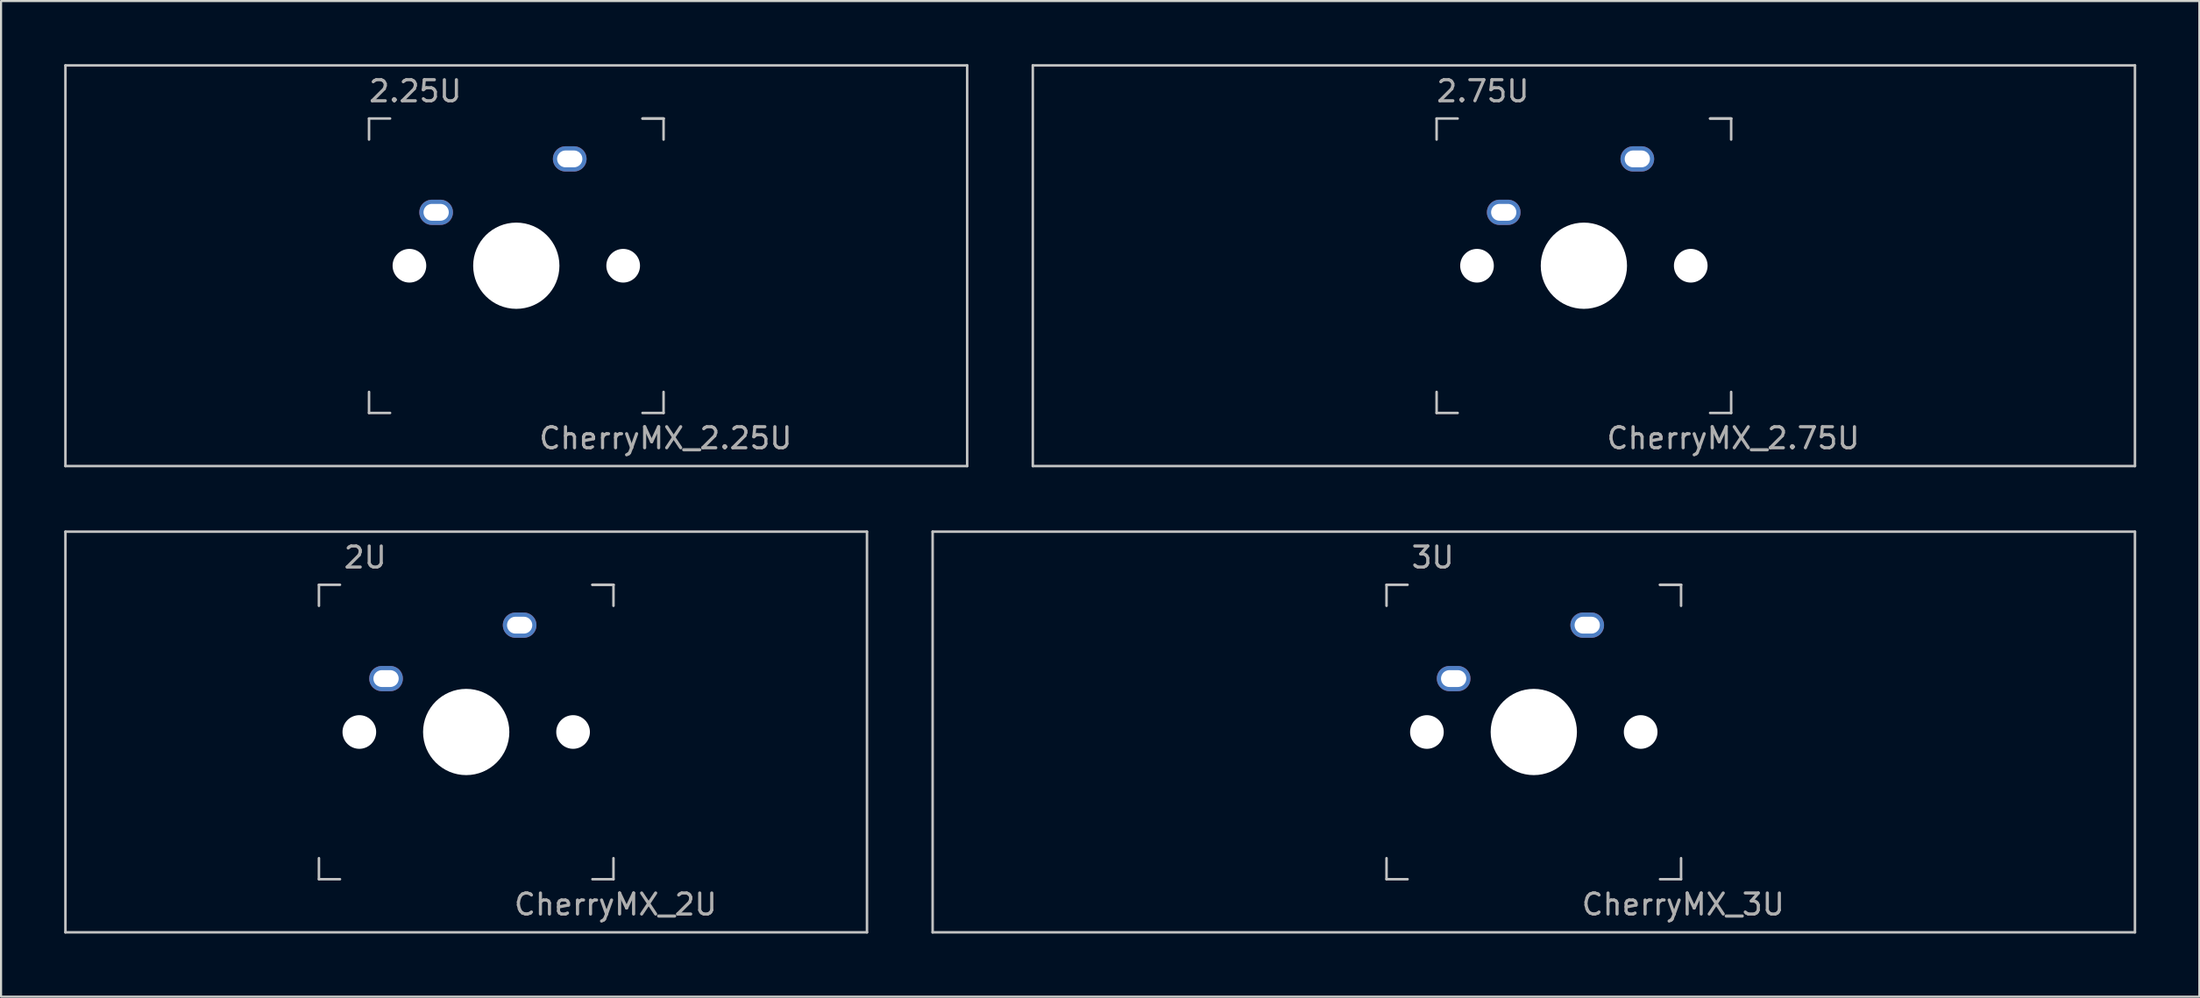
<source format=kicad_pcb>
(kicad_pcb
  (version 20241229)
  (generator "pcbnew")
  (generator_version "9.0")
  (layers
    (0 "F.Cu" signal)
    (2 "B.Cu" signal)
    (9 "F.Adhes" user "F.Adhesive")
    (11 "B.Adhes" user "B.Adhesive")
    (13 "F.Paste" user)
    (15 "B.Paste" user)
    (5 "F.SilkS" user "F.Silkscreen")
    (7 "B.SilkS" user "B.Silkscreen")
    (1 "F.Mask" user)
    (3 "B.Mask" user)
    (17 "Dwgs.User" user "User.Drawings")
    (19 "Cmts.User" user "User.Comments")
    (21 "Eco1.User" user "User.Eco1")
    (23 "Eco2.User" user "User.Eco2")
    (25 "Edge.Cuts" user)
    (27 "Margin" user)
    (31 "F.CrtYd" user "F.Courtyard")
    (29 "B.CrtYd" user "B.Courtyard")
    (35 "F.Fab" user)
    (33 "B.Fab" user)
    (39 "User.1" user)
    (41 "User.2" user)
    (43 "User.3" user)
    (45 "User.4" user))
  (footprint "CherryMX_2.75U"
    (layer "F.Cu")
    (at 72.236 9.585)
    (property "Reference" "CherryMX_2.75U" (at 7.1 8.2 0) (layer "F.Fab") (effects (font (size 1 1) (thickness 0.15))))
    (attr through_hole)
    (fp_line (start -26.194 -9.525) (end 26.194 -9.525) (stroke (width 0.12) (type solid)) (layer "Dwgs.User"))
    (fp_line (start -26.194 9.525) (end -26.194 -9.525) (stroke (width 0.12) (type solid)) (layer "Dwgs.User"))
    (fp_line (start -7 -7) (end -7 -6) (stroke (width 0.12) (type solid)) (layer "Dwgs.User"))
    (fp_line (start -7 -7) (end -6 -7) (stroke (width 0.12) (type solid)) (layer "Dwgs.User"))
    (fp_line (start -7 7) (end -7 6) (stroke (width 0.12) (type solid)) (layer "Dwgs.User"))
    (fp_line (start -7 7) (end -6 7) (stroke (width 0.12) (type solid)) (layer "Dwgs.User"))
    (fp_line (start 6 -7) (end 7 -7) (stroke (width 0.12) (type solid)) (layer "Dwgs.User"))
    (fp_line (start 7 -7) (end 6 -7) (stroke (width 0.12) (type solid)) (layer "Dwgs.User"))
    (fp_line (start 7 -7) (end 7 -6) (stroke (width 0.12) (type solid)) (layer "Dwgs.User"))
    (fp_line (start 7 7) (end 6 7) (stroke (width 0.12) (type solid)) (layer "Dwgs.User"))
    (fp_line (start 7 7) (end 7 6) (stroke (width 0.12) (type solid)) (layer "Dwgs.User"))
    (fp_line (start 26.194 -9.525) (end 26.194 9.525) (stroke (width 0.12) (type solid)) (layer "Dwgs.User"))
    (fp_line (start 26.194 9.525) (end -26.194 9.525) (stroke (width 0.12) (type solid)) (layer "Dwgs.User"))
    (fp_text user "2.75U" (at -4.8 -8.3 0) (layer "F.Fab") (effects (font (size 1 1) (thickness 0.15))))
    (pad "" np_thru_hole circle (at -5.08 0) (size 1.6 1.6) (drill 1.6) (layers "*.Cu" "*.Mask"))
    (pad "" np_thru_hole circle (at 0 0) (size 4.1 4.1) (drill 4.1) (layers "*.Cu" "*.Mask"))
    (pad "" np_thru_hole circle (at 5.08 0) (size 1.6 1.6) (drill 1.6) (layers "*.Cu" "*.Mask"))
    (pad "1" thru_hole oval (at -3.81 -2.54) (size 1.6 1.2) (drill oval 1.2 0.8) (layers "*.Cu" "*.Mask"))
    (pad "2" thru_hole oval (at 2.54 -5.08) (size 1.6 1.2) (drill oval 1.2 0.8) (layers "*.Cu" "*.Mask")))
  (footprint "CherryMX_2.25U"
    (layer "F.Cu")
    (at 21.491 9.585)
    (property "Reference" "CherryMX_2.25U" (at 7.1 8.2 0) (layer "F.Fab") (effects (font (size 1 1) (thickness 0.15))))
    (attr through_hole)
    (fp_line (start -21.431 -9.525) (end 21.431 -9.525) (stroke (width 0.12) (type solid)) (layer "Dwgs.User"))
    (fp_line (start -21.431 9.525) (end -21.431 -9.525) (stroke (width 0.12) (type solid)) (layer "Dwgs.User"))
    (fp_line (start -7 -7) (end -7 -6) (stroke (width 0.12) (type solid)) (layer "Dwgs.User"))
    (fp_line (start -7 -7) (end -6 -7) (stroke (width 0.12) (type solid)) (layer "Dwgs.User"))
    (fp_line (start -7 7) (end -7 6) (stroke (width 0.12) (type solid)) (layer "Dwgs.User"))
    (fp_line (start -7 7) (end -6 7) (stroke (width 0.12) (type solid)) (layer "Dwgs.User"))
    (fp_line (start 6 -7) (end 7 -7) (stroke (width 0.12) (type solid)) (layer "Dwgs.User"))
    (fp_line (start 7 -7) (end 6 -7) (stroke (width 0.12) (type solid)) (layer "Dwgs.User"))
    (fp_line (start 7 -7) (end 7 -6) (stroke (width 0.12) (type solid)) (layer "Dwgs.User"))
    (fp_line (start 7 7) (end 6 7) (stroke (width 0.12) (type solid)) (layer "Dwgs.User"))
    (fp_line (start 7 7) (end 7 6) (stroke (width 0.12) (type solid)) (layer "Dwgs.User"))
    (fp_line (start 21.431 -9.525) (end 21.431 9.525) (stroke (width 0.12) (type solid)) (layer "Dwgs.User"))
    (fp_line (start 21.431 9.525) (end -21.431 9.525) (stroke (width 0.12) (type solid)) (layer "Dwgs.User"))
    (fp_text user "2.25U" (at -4.8 -8.3 0) (layer "F.Fab") (effects (font (size 1 1) (thickness 0.15))))
    (pad "" np_thru_hole circle (at -5.08 0) (size 1.6 1.6) (drill 1.6) (layers "*.Cu" "*.Mask"))
    (pad "" np_thru_hole circle (at 0 0) (size 4.1 4.1) (drill 4.1) (layers "*.Cu" "*.Mask"))
    (pad "" np_thru_hole circle (at 5.08 0) (size 1.6 1.6) (drill 1.6) (layers "*.Cu" "*.Mask"))
    (pad "1" thru_hole oval (at -3.81 -2.54) (size 1.6 1.2) (drill oval 1.2 0.8) (layers "*.Cu" "*.Mask"))
    (pad "2" thru_hole oval (at 2.54 -5.08) (size 1.6 1.2) (drill oval 1.2 0.8) (layers "*.Cu" "*.Mask")))
  (footprint "CherryMX_2U"
    (layer "F.Cu")
    (at 19.11 31.755)
    (property "Reference" "CherryMX_2U" (at 7.1 8.2 0) (layer "F.Fab") (effects (font (size 1 1) (thickness 0.15))))
    (attr through_hole)
    (fp_line (start -19.05 -9.525) (end 19.05 -9.525) (stroke (width 0.12) (type solid)) (layer "Dwgs.User"))
    (fp_line (start -19.05 9.525) (end -19.05 -9.525) (stroke (width 0.12) (type solid)) (layer "Dwgs.User"))
    (fp_line (start -7 -7) (end -7 -6) (stroke (width 0.12) (type solid)) (layer "Dwgs.User"))
    (fp_line (start -7 -7) (end -6 -7) (stroke (width 0.12) (type solid)) (layer "Dwgs.User"))
    (fp_line (start -7 7) (end -7 6) (stroke (width 0.12) (type solid)) (layer "Dwgs.User"))
    (fp_line (start -7 7) (end -6 7) (stroke (width 0.12) (type solid)) (layer "Dwgs.User"))
    (fp_line (start 6 -7) (end 7 -7) (stroke (width 0.12) (type solid)) (layer "Dwgs.User"))
    (fp_line (start 7 -7) (end 6 -7) (stroke (width 0.12) (type solid)) (layer "Dwgs.User"))
    (fp_line (start 7 -7) (end 7 -6) (stroke (width 0.12) (type solid)) (layer "Dwgs.User"))
    (fp_line (start 7 7) (end 6 7) (stroke (width 0.12) (type solid)) (layer "Dwgs.User"))
    (fp_line (start 7 7) (end 7 6) (stroke (width 0.12) (type solid)) (layer "Dwgs.User"))
    (fp_line (start 19.05 -9.525) (end 19.05 9.525) (stroke (width 0.12) (type solid)) (layer "Dwgs.User"))
    (fp_line (start 19.05 9.525) (end -19.05 9.525) (stroke (width 0.12) (type solid)) (layer "Dwgs.User"))
    (fp_text user "2U" (at -4.8 -8.3 0) (layer "F.Fab") (effects (font (size 1 1) (thickness 0.15))))
    (pad "" np_thru_hole circle (at -5.08 0) (size 1.6 1.6) (drill 1.6) (layers "*.Cu" "*.Mask"))
    (pad "" np_thru_hole circle (at 0 0) (size 4.1 4.1) (drill 4.1) (layers "*.Cu" "*.Mask"))
    (pad "" np_thru_hole circle (at 5.08 0) (size 1.6 1.6) (drill 1.6) (layers "*.Cu" "*.Mask"))
    (pad "1" thru_hole oval (at -3.81 -2.54) (size 1.6 1.2) (drill oval 1.2 0.8) (layers "*.Cu" "*.Mask"))
    (pad "2" thru_hole oval (at 2.54 -5.08) (size 1.6 1.2) (drill oval 1.2 0.8) (layers "*.Cu" "*.Mask")))
  (footprint "CherryMX_3U"
    (layer "F.Cu")
    (at 69.855 31.755)
    (property "Reference" "CherryMX_3U" (at 7.1 8.2 0) (layer "F.Fab") (effects (font (size 1 1) (thickness 0.15))))
    (attr through_hole)
    (fp_line (start -28.575 -9.525) (end 28.575 -9.525) (stroke (width 0.12) (type solid)) (layer "Dwgs.User"))
    (fp_line (start -28.575 9.525) (end -28.575 -9.525) (stroke (width 0.12) (type solid)) (layer "Dwgs.User"))
    (fp_line (start -7 -7) (end -7 -6) (stroke (width 0.12) (type solid)) (layer "Dwgs.User"))
    (fp_line (start -7 -7) (end -6 -7) (stroke (width 0.12) (type solid)) (layer "Dwgs.User"))
    (fp_line (start -7 7) (end -7 6) (stroke (width 0.12) (type solid)) (layer "Dwgs.User"))
    (fp_line (start -7 7) (end -6 7) (stroke (width 0.12) (type solid)) (layer "Dwgs.User"))
    (fp_line (start 6 -7) (end 7 -7) (stroke (width 0.12) (type solid)) (layer "Dwgs.User"))
    (fp_line (start 7 -7) (end 6 -7) (stroke (width 0.12) (type solid)) (layer "Dwgs.User"))
    (fp_line (start 7 -7) (end 7 -6) (stroke (width 0.12) (type solid)) (layer "Dwgs.User"))
    (fp_line (start 7 7) (end 6 7) (stroke (width 0.12) (type solid)) (layer "Dwgs.User"))
    (fp_line (start 7 7) (end 7 6) (stroke (width 0.12) (type solid)) (layer "Dwgs.User"))
    (fp_line (start 28.575 -9.525) (end 28.575 9.525) (stroke (width 0.12) (type solid)) (layer "Dwgs.User"))
    (fp_line (start 28.575 9.525) (end -28.575 9.525) (stroke (width 0.12) (type solid)) (layer "Dwgs.User"))
    (fp_text user "3U" (at -4.8 -8.3 0) (layer "F.Fab") (effects (font (size 1 1) (thickness 0.15))))
    (pad "" np_thru_hole circle (at -5.08 0) (size 1.6 1.6) (drill 1.6) (layers "*.Cu" "*.Mask"))
    (pad "" np_thru_hole circle (at 0 0) (size 4.1 4.1) (drill 4.1) (layers "*.Cu" "*.Mask"))
    (pad "" np_thru_hole circle (at 5.08 0) (size 1.6 1.6) (drill 1.6) (layers "*.Cu" "*.Mask"))
    (pad "1" thru_hole oval (at -3.81 -2.54) (size 1.6 1.2) (drill oval 1.2 0.8) (layers "*.Cu" "*.Mask"))
    (pad "2" thru_hole oval (at 2.54 -5.08) (size 1.6 1.2) (drill oval 1.2 0.8) (layers "*.Cu" "*.Mask")))
  (gr_rect
    (start -3 -3)
    (end 101.49 44.34)
    (stroke (width 0.1) (type default))
    (fill no)
    (layer "Edge.Cuts")))
</source>
